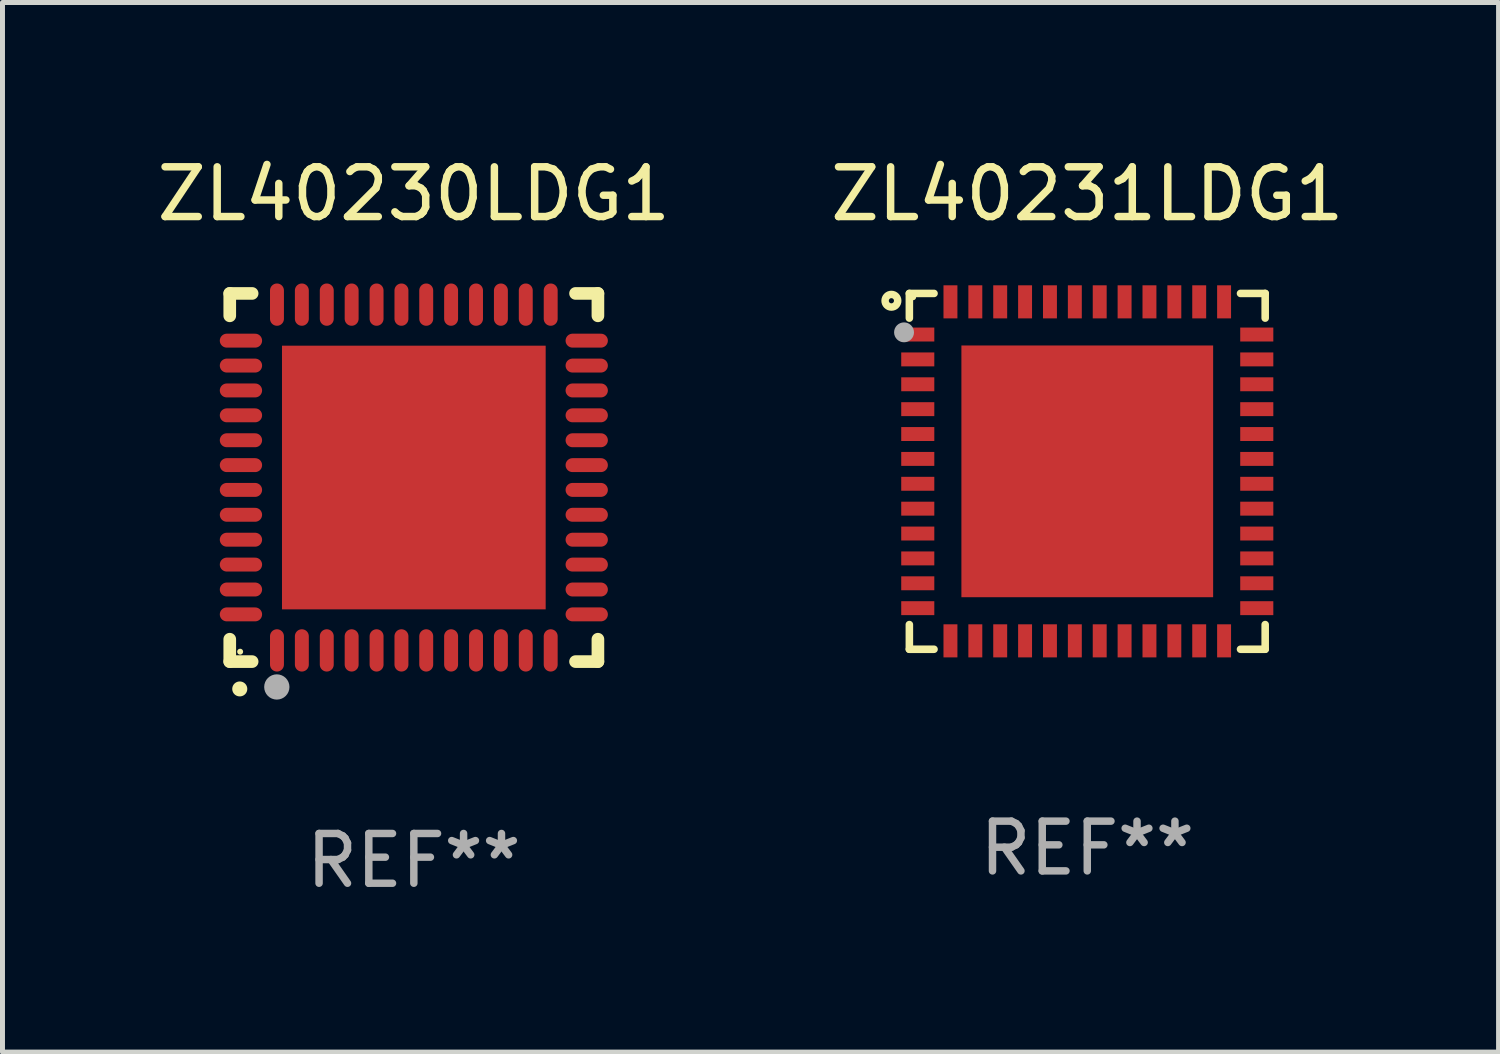
<source format=kicad_pcb>
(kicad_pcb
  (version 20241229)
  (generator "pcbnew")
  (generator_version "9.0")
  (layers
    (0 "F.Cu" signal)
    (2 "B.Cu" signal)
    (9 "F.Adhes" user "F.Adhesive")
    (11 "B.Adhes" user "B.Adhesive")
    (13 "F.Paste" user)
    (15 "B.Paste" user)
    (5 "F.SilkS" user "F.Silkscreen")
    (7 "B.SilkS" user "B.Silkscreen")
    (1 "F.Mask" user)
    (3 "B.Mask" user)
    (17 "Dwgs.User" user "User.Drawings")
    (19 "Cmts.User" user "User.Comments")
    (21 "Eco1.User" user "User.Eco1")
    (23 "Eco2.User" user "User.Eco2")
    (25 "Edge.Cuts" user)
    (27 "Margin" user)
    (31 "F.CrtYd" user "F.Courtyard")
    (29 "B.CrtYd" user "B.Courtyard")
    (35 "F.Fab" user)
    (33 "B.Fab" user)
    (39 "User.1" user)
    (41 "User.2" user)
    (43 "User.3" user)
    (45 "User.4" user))
  (footprint "ZL40231LDG1"
    (layer "F.Cu")
    (at 18.804 6.424)
    (property "Reference" "ZL40231LDG1" (at 0 -5.576 0) (layer "F.SilkS") (effects (font (size 1 1) (thickness 0.15))))
    (attr through_hole)
    (fp_line (start -3.576 -3.576) (end -3.576 -3.08) (stroke (width 0.152) (type solid)) (layer "F.SilkS"))
    (fp_line (start -3.576 3.576) (end -3.576 3.08) (stroke (width 0.152) (type solid)) (layer "F.SilkS"))
    (fp_line (start -3.08 -3.576) (end -3.576 -3.576) (stroke (width 0.152) (type solid)) (layer "F.SilkS"))
    (fp_line (start -3.08 3.576) (end -3.576 3.576) (stroke (width 0.152) (type solid)) (layer "F.SilkS"))
    (fp_line (start 3.08 -3.576) (end 3.576 -3.576) (stroke (width 0.152) (type solid)) (layer "F.SilkS"))
    (fp_line (start 3.08 3.576) (end 3.576 3.576) (stroke (width 0.152) (type solid)) (layer "F.SilkS"))
    (fp_line (start 3.576 -3.576) (end 3.576 -3.08) (stroke (width 0.152) (type solid)) (layer "F.SilkS"))
    (fp_line (start 3.576 3.576) (end 3.576 3.08) (stroke (width 0.152) (type solid)) (layer "F.SilkS"))
    (fp_circle (center -3.937 -3.429) (end -3.81 -3.429) (stroke (width 0.15) (type solid)) (fill no) (layer "F.SilkS"))
    (fp_circle (center -3.5 -3.5) (end -3.47 -3.5) (stroke (width 0.06) (type solid)) (fill no) (layer "F.SilkS"))
    (fp_circle (center -3.683 -2.794) (end -3.583 -2.794) (stroke (width 0.2) (type solid)) (fill no) (layer "F.Fab"))
    (fp_text user "REF**" (at 0 7.576 0) (layer "F.Fab") (effects (font (size 1 1) (thickness 0.15))))
    (pad "1" smd rect (at -3.407 -2.75) (size 0.665 0.28) (layers "F.Cu" "F.Mask" "F.Paste"))
    (pad "2" smd rect (at -3.407 -2.25) (size 0.665 0.28) (layers "F.Cu" "F.Mask" "F.Paste"))
    (pad "3" smd rect (at -3.407 -1.75) (size 0.665 0.28) (layers "F.Cu" "F.Mask" "F.Paste"))
    (pad "4" smd rect (at -3.407 -1.25) (size 0.665 0.28) (layers "F.Cu" "F.Mask" "F.Paste"))
    (pad "5" smd rect (at -3.407 -0.75) (size 0.665 0.28) (layers "F.Cu" "F.Mask" "F.Paste"))
    (pad "6" smd rect (at -3.407 -0.25) (size 0.665 0.28) (layers "F.Cu" "F.Mask" "F.Paste"))
    (pad "7" smd rect (at -3.407 0.25) (size 0.665 0.28) (layers "F.Cu" "F.Mask" "F.Paste"))
    (pad "8" smd rect (at -3.407 0.75) (size 0.665 0.28) (layers "F.Cu" "F.Mask" "F.Paste"))
    (pad "9" smd rect (at -3.407 1.25) (size 0.665 0.28) (layers "F.Cu" "F.Mask" "F.Paste"))
    (pad "10" smd rect (at -3.407 1.75) (size 0.665 0.28) (layers "F.Cu" "F.Mask" "F.Paste"))
    (pad "11" smd rect (at -3.407 2.25) (size 0.665 0.28) (layers "F.Cu" "F.Mask" "F.Paste"))
    (pad "12" smd rect (at -3.407 2.75) (size 0.665 0.28) (layers "F.Cu" "F.Mask" "F.Paste"))
    (pad "13" smd rect (at -2.75 3.407) (size 0.28 0.665) (layers "F.Cu" "F.Mask" "F.Paste"))
    (pad "14" smd rect (at -2.25 3.407) (size 0.28 0.665) (layers "F.Cu" "F.Mask" "F.Paste"))
    (pad "15" smd rect (at -1.75 3.407) (size 0.28 0.665) (layers "F.Cu" "F.Mask" "F.Paste"))
    (pad "16" smd rect (at -1.25 3.407) (size 0.28 0.665) (layers "F.Cu" "F.Mask" "F.Paste"))
    (pad "17" smd rect (at -0.75 3.407) (size 0.28 0.665) (layers "F.Cu" "F.Mask" "F.Paste"))
    (pad "18" smd rect (at -0.25 3.407) (size 0.28 0.665) (layers "F.Cu" "F.Mask" "F.Paste"))
    (pad "19" smd rect (at 0.25 3.407) (size 0.28 0.665) (layers "F.Cu" "F.Mask" "F.Paste"))
    (pad "20" smd rect (at 0.75 3.407) (size 0.28 0.665) (layers "F.Cu" "F.Mask" "F.Paste"))
    (pad "21" smd rect (at 1.25 3.407) (size 0.28 0.665) (layers "F.Cu" "F.Mask" "F.Paste"))
    (pad "22" smd rect (at 1.75 3.407) (size 0.28 0.665) (layers "F.Cu" "F.Mask" "F.Paste"))
    (pad "23" smd rect (at 2.25 3.407) (size 0.28 0.665) (layers "F.Cu" "F.Mask" "F.Paste"))
    (pad "24" smd rect (at 2.75 3.407) (size 0.28 0.665) (layers "F.Cu" "F.Mask" "F.Paste"))
    (pad "25" smd rect (at 3.407 2.75) (size 0.665 0.28) (layers "F.Cu" "F.Mask" "F.Paste"))
    (pad "26" smd rect (at 3.407 2.25) (size 0.665 0.28) (layers "F.Cu" "F.Mask" "F.Paste"))
    (pad "27" smd rect (at 3.407 1.75) (size 0.665 0.28) (layers "F.Cu" "F.Mask" "F.Paste"))
    (pad "28" smd rect (at 3.407 1.25) (size 0.665 0.28) (layers "F.Cu" "F.Mask" "F.Paste"))
    (pad "29" smd rect (at 3.407 0.75) (size 0.665 0.28) (layers "F.Cu" "F.Mask" "F.Paste"))
    (pad "30" smd rect (at 3.407 0.25) (size 0.665 0.28) (layers "F.Cu" "F.Mask" "F.Paste"))
    (pad "31" smd rect (at 3.407 -0.25) (size 0.665 0.28) (layers "F.Cu" "F.Mask" "F.Paste"))
    (pad "32" smd rect (at 3.407 -0.75) (size 0.665 0.28) (layers "F.Cu" "F.Mask" "F.Paste"))
    (pad "33" smd rect (at 3.407 -1.25) (size 0.665 0.28) (layers "F.Cu" "F.Mask" "F.Paste"))
    (pad "34" smd rect (at 3.407 -1.75) (size 0.665 0.28) (layers "F.Cu" "F.Mask" "F.Paste"))
    (pad "35" smd rect (at 3.407 -2.25) (size 0.665 0.28) (layers "F.Cu" "F.Mask" "F.Paste"))
    (pad "36" smd rect (at 3.407 -2.75) (size 0.665 0.28) (layers "F.Cu" "F.Mask" "F.Paste"))
    (pad "37" smd rect (at 2.75 -3.407) (size 0.28 0.665) (layers "F.Cu" "F.Mask" "F.Paste"))
    (pad "38" smd rect (at 2.25 -3.407) (size 0.28 0.665) (layers "F.Cu" "F.Mask" "F.Paste"))
    (pad "39" smd rect (at 1.75 -3.407) (size 0.28 0.665) (layers "F.Cu" "F.Mask" "F.Paste"))
    (pad "40" smd rect (at 1.25 -3.407) (size 0.28 0.665) (layers "F.Cu" "F.Mask" "F.Paste"))
    (pad "41" smd rect (at 0.75 -3.407) (size 0.28 0.665) (layers "F.Cu" "F.Mask" "F.Paste"))
    (pad "42" smd rect (at 0.25 -3.407) (size 0.28 0.665) (layers "F.Cu" "F.Mask" "F.Paste"))
    (pad "43" smd rect (at -0.25 -3.407) (size 0.28 0.665) (layers "F.Cu" "F.Mask" "F.Paste"))
    (pad "44" smd rect (at -0.75 -3.407) (size 0.28 0.665) (layers "F.Cu" "F.Mask" "F.Paste"))
    (pad "45" smd rect (at -1.25 -3.407) (size 0.28 0.665) (layers "F.Cu" "F.Mask" "F.Paste"))
    (pad "46" smd rect (at -1.75 -3.407) (size 0.28 0.665) (layers "F.Cu" "F.Mask" "F.Paste"))
    (pad "47" smd rect (at -2.25 -3.407) (size 0.28 0.665) (layers "F.Cu" "F.Mask" "F.Paste"))
    (pad "48" smd rect (at -2.75 -3.407) (size 0.28 0.665) (layers "F.Cu" "F.Mask" "F.Paste"))
    (pad "49" smd rect (at 0 0) (size 5.06 5.06) (layers "F.Cu" "F.Mask" "F.Paste")))
  (footprint "ZL40230LDG1"
    (layer "F.Cu")
    (at 5.268 6.548)
    (property "Reference" "ZL40230LDG1" (at 0 -5.7 0) (layer "F.SilkS") (effects (font (size 1 1) (thickness 0.15))))
    (attr through_hole)
    (fp_line (start -3.7 -3.7) (end -3.25 -3.7) (stroke (width 0.254) (type solid)) (layer "F.SilkS"))
    (fp_line (start -3.7 -3.25) (end -3.7 -3.7) (stroke (width 0.254) (type solid)) (layer "F.SilkS"))
    (fp_line (start -3.7 3.7) (end -3.7 3.25) (stroke (width 0.254) (type solid)) (layer "F.SilkS"))
    (fp_line (start -3.25 3.7) (end -3.7 3.7) (stroke (width 0.254) (type solid)) (layer "F.SilkS"))
    (fp_line (start 3.25 3.7) (end 3.7 3.7) (stroke (width 0.254) (type solid)) (layer "F.SilkS"))
    (fp_line (start 3.7 -3.7) (end 3.25 -3.7) (stroke (width 0.254) (type solid)) (layer "F.SilkS"))
    (fp_line (start 3.7 -3.25) (end 3.7 -3.7) (stroke (width 0.254) (type solid)) (layer "F.SilkS"))
    (fp_line (start 3.7 3.7) (end 3.7 3.25) (stroke (width 0.254) (type solid)) (layer "F.SilkS"))
    (fp_arc (start -3.500127 4.249428) (mid -3.498857 4.249423) (end -3.497587 4.249428) (stroke (width 0.3) (type solid)) (layer "F.SilkS"))
    (fp_circle (center -3.491 3.501) (end -3.461 3.501) (stroke (width 0.06) (type solid)) (fill no) (layer "F.SilkS"))
    (fp_circle (center -2.754 4.21) (end -2.627 4.21) (stroke (width 0.254) (type solid)) (fill no) (layer "F.Fab"))
    (fp_text user "REF**" (at 0 7.7 0) (layer "F.Fab") (effects (font (size 1 1) (thickness 0.15))))
    (pad "1" smd oval (at -2.751 3.475) (size 0.28 0.85) (layers "F.Cu" "F.Mask" "F.Paste"))
    (pad "2" smd oval (at -2.251 3.475) (size 0.28 0.85) (layers "F.Cu" "F.Mask" "F.Paste"))
    (pad "3" smd oval (at -1.75 3.475) (size 0.28 0.85) (layers "F.Cu" "F.Mask" "F.Paste"))
    (pad "4" smd oval (at -1.25 3.475) (size 0.28 0.85) (layers "F.Cu" "F.Mask" "F.Paste"))
    (pad "5" smd oval (at -0.749 3.475) (size 0.28 0.85) (layers "F.Cu" "F.Mask" "F.Paste"))
    (pad "6" smd oval (at -0.249 3.475) (size 0.28 0.85) (layers "F.Cu" "F.Mask" "F.Paste"))
    (pad "7" smd oval (at 0.249 3.475) (size 0.28 0.85) (layers "F.Cu" "F.Mask" "F.Paste"))
    (pad "8" smd oval (at 0.749 3.475) (size 0.28 0.85) (layers "F.Cu" "F.Mask" "F.Paste"))
    (pad "9" smd oval (at 1.25 3.475) (size 0.28 0.85) (layers "F.Cu" "F.Mask" "F.Paste"))
    (pad "10" smd oval (at 1.75 3.475) (size 0.28 0.85) (layers "F.Cu" "F.Mask" "F.Paste"))
    (pad "11" smd oval (at 2.25 3.475) (size 0.28 0.85) (layers "F.Cu" "F.Mask" "F.Paste"))
    (pad "12" smd oval (at 2.751 3.475) (size 0.28 0.85) (layers "F.Cu" "F.Mask" "F.Paste"))
    (pad "13" smd oval (at 3.475 2.751) (size 0.85 0.28) (layers "F.Cu" "F.Mask" "F.Paste"))
    (pad "14" smd oval (at 3.475 2.251) (size 0.85 0.28) (layers "F.Cu" "F.Mask" "F.Paste"))
    (pad "15" smd oval (at 3.475 1.75) (size 0.85 0.28) (layers "F.Cu" "F.Mask" "F.Paste"))
    (pad "16" smd oval (at 3.475 1.25) (size 0.85 0.28) (layers "F.Cu" "F.Mask" "F.Paste"))
    (pad "17" smd oval (at 3.475 0.749) (size 0.85 0.28) (layers "F.Cu" "F.Mask" "F.Paste"))
    (pad "18" smd oval (at 3.475 0.249) (size 0.85 0.28) (layers "F.Cu" "F.Mask" "F.Paste"))
    (pad "19" smd oval (at 3.475 -0.249) (size 0.85 0.28) (layers "F.Cu" "F.Mask" "F.Paste"))
    (pad "20" smd oval (at 3.475 -0.749) (size 0.85 0.28) (layers "F.Cu" "F.Mask" "F.Paste"))
    (pad "21" smd oval (at 3.475 -1.25) (size 0.85 0.28) (layers "F.Cu" "F.Mask" "F.Paste"))
    (pad "22" smd oval (at 3.475 -1.75) (size 0.85 0.28) (layers "F.Cu" "F.Mask" "F.Paste"))
    (pad "23" smd oval (at 3.475 -2.25) (size 0.85 0.28) (layers "F.Cu" "F.Mask" "F.Paste"))
    (pad "24" smd oval (at 3.475 -2.751) (size 0.85 0.28) (layers "F.Cu" "F.Mask" "F.Paste"))
    (pad "25" smd oval (at 2.751 -3.475) (size 0.28 0.85) (layers "F.Cu" "F.Mask" "F.Paste"))
    (pad "26" smd oval (at 2.25 -3.475) (size 0.28 0.85) (layers "F.Cu" "F.Mask" "F.Paste"))
    (pad "27" smd oval (at 1.75 -3.475) (size 0.28 0.85) (layers "F.Cu" "F.Mask" "F.Paste"))
    (pad "28" smd oval (at 1.25 -3.475) (size 0.28 0.85) (layers "F.Cu" "F.Mask" "F.Paste"))
    (pad "29" smd oval (at 0.749 -3.475) (size 0.28 0.85) (layers "F.Cu" "F.Mask" "F.Paste"))
    (pad "30" smd oval (at 0.249 -3.475) (size 0.28 0.85) (layers "F.Cu" "F.Mask" "F.Paste"))
    (pad "31" smd oval (at -0.249 -3.475) (size 0.28 0.85) (layers "F.Cu" "F.Mask" "F.Paste"))
    (pad "32" smd oval (at -0.749 -3.475) (size 0.28 0.85) (layers "F.Cu" "F.Mask" "F.Paste"))
    (pad "33" smd oval (at -1.25 -3.475) (size 0.28 0.85) (layers "F.Cu" "F.Mask" "F.Paste"))
    (pad "34" smd oval (at -1.75 -3.475) (size 0.28 0.85) (layers "F.Cu" "F.Mask" "F.Paste"))
    (pad "35" smd oval (at -2.251 -3.475) (size 0.28 0.85) (layers "F.Cu" "F.Mask" "F.Paste"))
    (pad "36" smd oval (at -2.751 -3.475) (size 0.28 0.85) (layers "F.Cu" "F.Mask" "F.Paste"))
    (pad "37" smd oval (at -3.475 -2.751) (size 0.85 0.28) (layers "F.Cu" "F.Mask" "F.Paste"))
    (pad "38" smd oval (at -3.475 -2.25) (size 0.85 0.28) (layers "F.Cu" "F.Mask" "F.Paste"))
    (pad "39" smd oval (at -3.475 -1.75) (size 0.85 0.28) (layers "F.Cu" "F.Mask" "F.Paste"))
    (pad "40" smd oval (at -3.475 -1.25) (size 0.85 0.28) (layers "F.Cu" "F.Mask" "F.Paste"))
    (pad "41" smd oval (at -3.475 -0.749) (size 0.85 0.28) (layers "F.Cu" "F.Mask" "F.Paste"))
    (pad "42" smd oval (at -3.475 -0.249) (size 0.85 0.28) (layers "F.Cu" "F.Mask" "F.Paste"))
    (pad "43" smd oval (at -3.475 0.249) (size 0.85 0.28) (layers "F.Cu" "F.Mask" "F.Paste"))
    (pad "44" smd oval (at -3.475 0.749) (size 0.85 0.28) (layers "F.Cu" "F.Mask" "F.Paste"))
    (pad "45" smd oval (at -3.475 1.25) (size 0.85 0.28) (layers "F.Cu" "F.Mask" "F.Paste"))
    (pad "46" smd oval (at -3.475 1.75) (size 0.85 0.28) (layers "F.Cu" "F.Mask" "F.Paste"))
    (pad "47" smd oval (at -3.475 2.251) (size 0.85 0.28) (layers "F.Cu" "F.Mask" "F.Paste"))
    (pad "48" smd oval (at -3.475 2.751) (size 0.85 0.28) (layers "F.Cu" "F.Mask" "F.Paste"))
    (pad "49" smd rect (at -0.000102 0.000102) (size 5.3 5.3) (layers "F.Cu" "F.Mask" "F.Paste")))
  (gr_rect
    (start -3 -3)
    (end 27.071 18.097)
    (stroke (width 0.1) (type default))
    (fill no)
    (layer "Edge.Cuts")))
</source>
